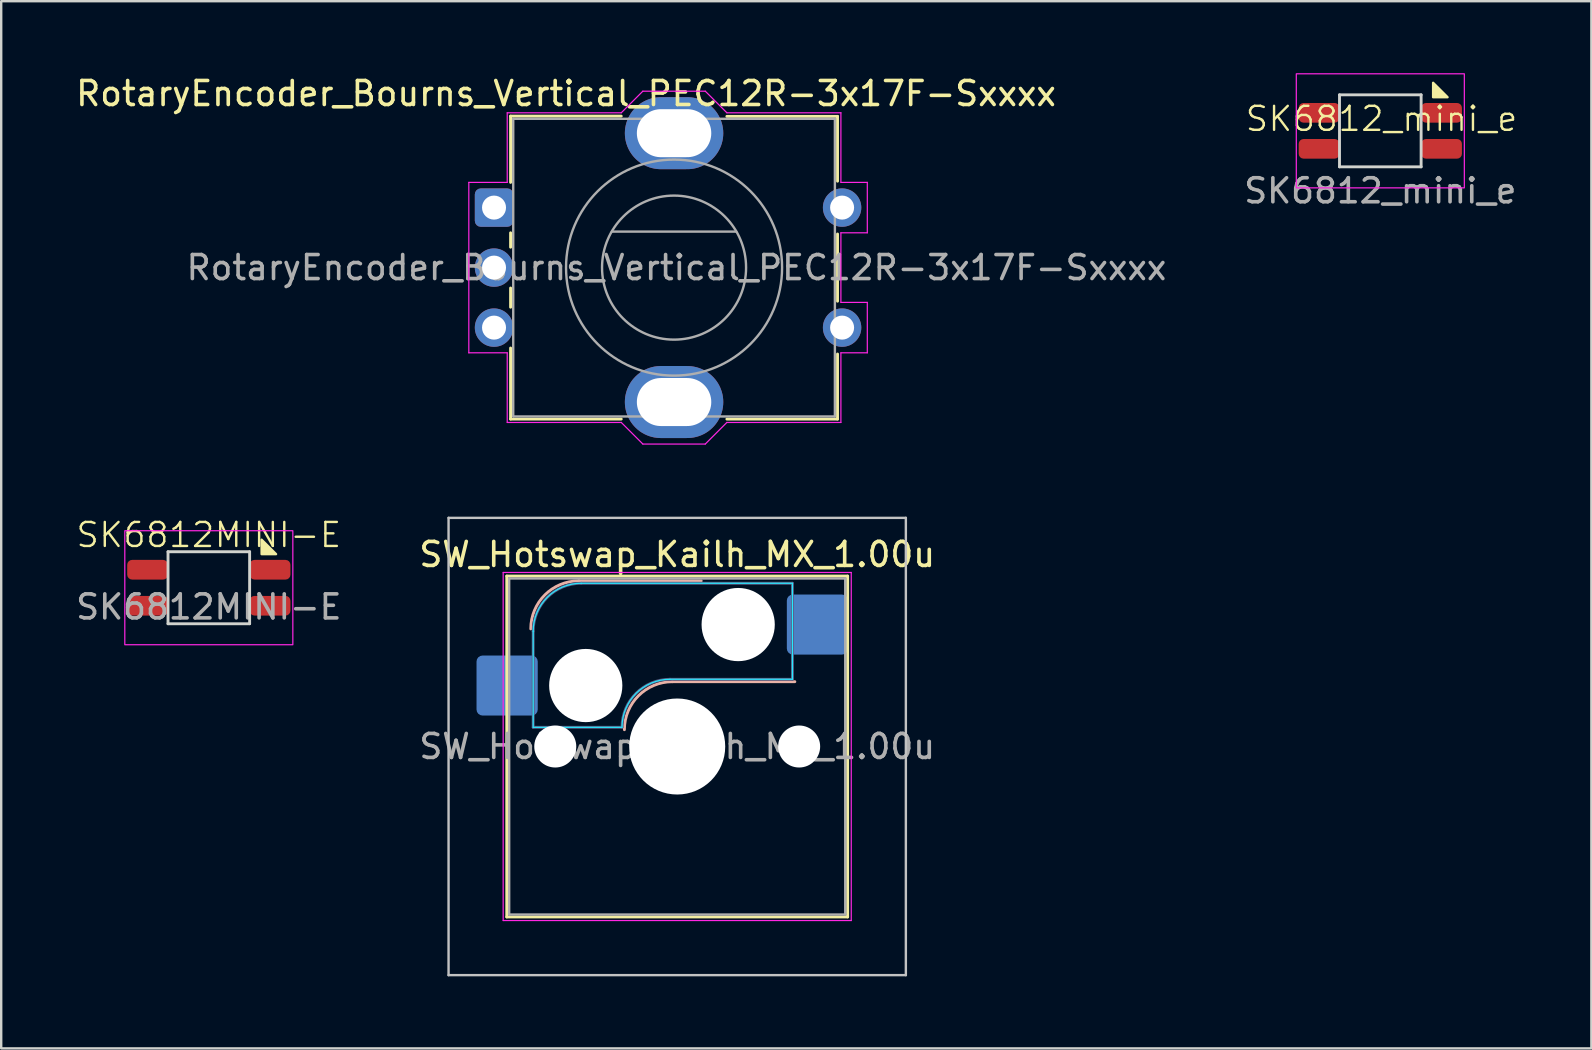
<source format=kicad_pcb>
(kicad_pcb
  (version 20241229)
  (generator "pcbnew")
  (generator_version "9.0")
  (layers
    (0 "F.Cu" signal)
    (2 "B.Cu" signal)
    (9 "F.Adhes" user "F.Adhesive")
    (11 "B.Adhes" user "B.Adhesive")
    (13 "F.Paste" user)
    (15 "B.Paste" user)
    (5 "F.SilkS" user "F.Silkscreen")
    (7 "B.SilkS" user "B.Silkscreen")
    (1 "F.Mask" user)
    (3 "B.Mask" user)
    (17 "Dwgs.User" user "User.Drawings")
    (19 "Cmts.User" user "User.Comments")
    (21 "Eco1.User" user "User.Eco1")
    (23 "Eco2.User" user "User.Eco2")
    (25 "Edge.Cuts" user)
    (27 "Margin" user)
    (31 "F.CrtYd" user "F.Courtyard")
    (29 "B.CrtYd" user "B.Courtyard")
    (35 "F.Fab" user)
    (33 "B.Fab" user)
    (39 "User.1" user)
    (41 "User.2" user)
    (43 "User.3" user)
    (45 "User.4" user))
  (footprint "SK6812MINI-E"
    (layer "F.Cu")
    (at 5.649 21.434)
    (property "Reference" "SK6812MINI-E" (at 0 -2.2 0) (unlocked yes) (layer "F.SilkS") (effects (font (size 1 1) (thickness 0.1))))
    (attr smd)
    (fp_poly (pts (xy 2.8 -1.4) (xy 2.2 -1.4) (xy 2.2 -2)) (stroke (width 0.1) (type solid)) (fill yes) (layer "F.SilkS"))
    (fp_line (start -1.7 -1.5) (end 1.7 -1.5) (stroke (width 0.12) (type solid)) (layer "Edge.Cuts"))
    (fp_line (start -1.7 1.5) (end -1.7 -1.5) (stroke (width 0.12) (type solid)) (layer "Edge.Cuts"))
    (fp_line (start 1.7 -1.5) (end 1.7 1.5) (stroke (width 0.12) (type solid)) (layer "Edge.Cuts"))
    (fp_line (start 1.7 1.5) (end -1.7 1.5) (stroke (width 0.12) (type solid)) (layer "Edge.Cuts"))
    (fp_rect (start -3.5 -2.375) (end 3.5 2.375) (stroke (width 0.05) (type default)) (fill no) (layer "F.CrtYd"))
    (fp_text user "${REFERENCE}" (at 0 0.8 0) (unlocked yes) (layer "F.Fab") (effects (font (size 1 1) (thickness 0.15))))
    (pad "1" smd roundrect (at -2.55 0.75) (size 1.7 0.82) (layers "F.Cu" "F.Mask" "F.Paste") (roundrect_rratio 0.25))
    (pad "2" smd roundrect (at -2.55 -0.75) (size 1.7 0.82) (layers "F.Cu" "F.Mask" "F.Paste") (roundrect_rratio 0.25))
    (pad "3" smd roundrect (at 2.55 -0.75) (size 1.7 0.82) (layers "F.Cu" "F.Mask" "F.Paste") (roundrect_rratio 0.25))
    (pad "4" smd roundrect (at 2.55 0.75) (size 1.7 0.82) (layers "F.Cu" "F.Mask" "F.Paste") (roundrect_rratio 0.25)))
  (footprint "SW_Hotswap_Kailh_MX_1.00u"
    (layer "F.Cu")
    (at 25.161 28.048)
    (property "Reference" "SW_Hotswap_Kailh_MX_1.00u" (at 0 -8 0) (layer "F.SilkS") (effects (font (size 1 1) (thickness 0.15))))
    (attr smd)
    (fp_line (start -7.1 -7.1) (end -7.1 7.1) (stroke (width 0.12) (type solid)) (layer "F.SilkS"))
    (fp_line (start -7.1 7.1) (end 7.1 7.1) (stroke (width 0.12) (type solid)) (layer "F.SilkS"))
    (fp_line (start 7.1 -7.1) (end -7.1 -7.1) (stroke (width 0.12) (type solid)) (layer "F.SilkS"))
    (fp_line (start 7.1 7.1) (end 7.1 -7.1) (stroke (width 0.12) (type solid)) (layer "F.SilkS"))
    (fp_line (start -4.1 -6.9) (end 1 -6.9) (stroke (width 0.12) (type solid)) (layer "B.SilkS"))
    (fp_line (start -0.2 -2.7) (end 4.9 -2.7) (stroke (width 0.12) (type solid)) (layer "B.SilkS"))
    (fp_arc (start -6.1 -4.9) (mid -5.514214 -6.314214) (end -4.1 -6.9) (stroke (width 0.12) (type solid)) (layer "B.SilkS"))
    (fp_arc (start -2.2 -0.7) (mid -1.614214 -2.114214) (end -0.2 -2.7) (stroke (width 0.12) (type solid)) (layer "B.SilkS"))
    (fp_line (start -9.525 -9.525) (end -9.525 9.525) (stroke (width 0.1) (type solid)) (layer "Dwgs.User"))
    (fp_line (start -9.525 9.525) (end 9.525 9.525) (stroke (width 0.1) (type solid)) (layer "Dwgs.User"))
    (fp_line (start 9.525 -9.525) (end -9.525 -9.525) (stroke (width 0.1) (type solid)) (layer "Dwgs.User"))
    (fp_line (start 9.525 9.525) (end 9.525 -9.525) (stroke (width 0.1) (type solid)) (layer "Dwgs.User"))
    (fp_line (start -7.8 -6) (end -7 -6) (stroke (width 0.1) (type solid)) (layer "Eco1.User"))
    (fp_line (start -7.8 -2.9) (end -7.8 -6) (stroke (width 0.1) (type solid)) (layer "Eco1.User"))
    (fp_line (start -7.8 2.9) (end -7 2.9) (stroke (width 0.1) (type solid)) (layer "Eco1.User"))
    (fp_line (start -7.8 6) (end -7.8 2.9) (stroke (width 0.1) (type solid)) (layer "Eco1.User"))
    (fp_line (start -7 -7) (end 7 -7) (stroke (width 0.1) (type solid)) (layer "Eco1.User"))
    (fp_line (start -7 -6) (end -7 -7) (stroke (width 0.1) (type solid)) (layer "Eco1.User"))
    (fp_line (start -7 -2.9) (end -7.8 -2.9) (stroke (width 0.1) (type solid)) (layer "Eco1.User"))
    (fp_line (start -7 2.9) (end -7 -2.9) (stroke (width 0.1) (type solid)) (layer "Eco1.User"))
    (fp_line (start -7 6) (end -7.8 6) (stroke (width 0.1) (type solid)) (layer "Eco1.User"))
    (fp_line (start -7 7) (end -7 6) (stroke (width 0.1) (type solid)) (layer "Eco1.User"))
    (fp_line (start 7 -7) (end 7 -6) (stroke (width 0.1) (type solid)) (layer "Eco1.User"))
    (fp_line (start 7 -6) (end 7.8 -6) (stroke (width 0.1) (type solid)) (layer "Eco1.User"))
    (fp_line (start 7 -2.9) (end 7 2.9) (stroke (width 0.1) (type solid)) (layer "Eco1.User"))
    (fp_line (start 7 2.9) (end 7.8 2.9) (stroke (width 0.1) (type solid)) (layer "Eco1.User"))
    (fp_line (start 7 6) (end 7 7) (stroke (width 0.1) (type solid)) (layer "Eco1.User"))
    (fp_line (start 7 7) (end -7 7) (stroke (width 0.1) (type solid)) (layer "Eco1.User"))
    (fp_line (start 7.8 -6) (end 7.8 -2.9) (stroke (width 0.1) (type solid)) (layer "Eco1.User"))
    (fp_line (start 7.8 -2.9) (end 7 -2.9) (stroke (width 0.1) (type solid)) (layer "Eco1.User"))
    (fp_line (start 7.8 2.9) (end 7.8 6) (stroke (width 0.1) (type solid)) (layer "Eco1.User"))
    (fp_line (start 7.8 6) (end 7 6) (stroke (width 0.1) (type solid)) (layer "Eco1.User"))
    (fp_line (start -6 -0.8) (end -6 -4.8) (stroke (width 0.05) (type solid)) (layer "B.CrtYd"))
    (fp_line (start -6 -0.8) (end -2.3 -0.8) (stroke (width 0.05) (type solid)) (layer "B.CrtYd"))
    (fp_line (start -4 -6.8) (end 4.8 -6.8) (stroke (width 0.05) (type solid)) (layer "B.CrtYd"))
    (fp_line (start -0.3 -2.8) (end 4.8 -2.8) (stroke (width 0.05) (type solid)) (layer "B.CrtYd"))
    (fp_line (start 4.8 -6.8) (end 4.8 -2.8) (stroke (width 0.05) (type solid)) (layer "B.CrtYd"))
    (fp_arc (start -6 -4.8) (mid -5.414214 -6.214214) (end -4 -6.8) (stroke (width 0.05) (type solid)) (layer "B.CrtYd"))
    (fp_arc (start -2.3 -0.8) (mid -1.714214 -2.214214) (end -0.3 -2.8) (stroke (width 0.05) (type solid)) (layer "B.CrtYd"))
    (fp_line (start -7.25 -7.25) (end -7.25 7.25) (stroke (width 0.05) (type solid)) (layer "F.CrtYd"))
    (fp_line (start -7.25 7.25) (end 7.25 7.25) (stroke (width 0.05) (type solid)) (layer "F.CrtYd"))
    (fp_line (start 7.25 -7.25) (end -7.25 -7.25) (stroke (width 0.05) (type solid)) (layer "F.CrtYd"))
    (fp_line (start 7.25 7.25) (end 7.25 -7.25) (stroke (width 0.05) (type solid)) (layer "F.CrtYd"))
    (fp_line (start -6 -0.8) (end -6 -4.8) (stroke (width 0.12) (type solid)) (layer "B.Fab"))
    (fp_line (start -6 -0.8) (end -2.3 -0.8) (stroke (width 0.12) (type solid)) (layer "B.Fab"))
    (fp_line (start -4 -6.8) (end 4.8 -6.8) (stroke (width 0.12) (type solid)) (layer "B.Fab"))
    (fp_line (start -0.3 -2.8) (end 4.8 -2.8) (stroke (width 0.12) (type solid)) (layer "B.Fab"))
    (fp_line (start 4.8 -6.8) (end 4.8 -2.8) (stroke (width 0.12) (type solid)) (layer "B.Fab"))
    (fp_arc (start -6 -4.8) (mid -5.414214 -6.214214) (end -4 -6.8) (stroke (width 0.12) (type solid)) (layer "B.Fab"))
    (fp_arc (start -2.3 -0.8) (mid -1.714214 -2.214214) (end -0.3 -2.8) (stroke (width 0.12) (type solid)) (layer "B.Fab"))
    (fp_line (start -7 -7) (end -7 7) (stroke (width 0.1) (type solid)) (layer "F.Fab"))
    (fp_line (start -7 7) (end 7 7) (stroke (width 0.1) (type solid)) (layer "F.Fab"))
    (fp_line (start 7 -7) (end -7 -7) (stroke (width 0.1) (type solid)) (layer "F.Fab"))
    (fp_line (start 7 7) (end 7 -7) (stroke (width 0.1) (type solid)) (layer "F.Fab"))
    (fp_text user "${REFERENCE}" (at 0 0 0) (layer "F.Fab") (effects (font (size 1 1) (thickness 0.15))))
    (pad "" np_thru_hole circle (at -5.08 0) (size 1.75 1.75) (drill 1.75) (layers "*.Cu" "*.Mask"))
    (pad "" np_thru_hole circle (at -3.81 -2.54) (size 3.05 3.05) (drill 3.05) (layers "*.Cu" "*.Mask"))
    (pad "" np_thru_hole circle (at 0 0) (size 4 4) (drill 4) (layers "*.Cu" "*.Mask"))
    (pad "" np_thru_hole circle (at 2.54 -5.08) (size 3.05 3.05) (drill 3.05) (layers "*.Cu" "*.Mask"))
    (pad "" np_thru_hole circle (at 5.08 0) (size 1.75 1.75) (drill 1.75) (layers "*.Cu" "*.Mask"))
    (pad "1" smd roundrect (at -7.085 -2.54) (size 2.55 2.5) (layers "B.Cu" "B.Mask" "B.Paste") (roundrect_rratio 0.1))
    (pad "2" smd roundrect (at 5.842 -5.08) (size 2.55 2.5) (layers "B.Cu" "B.Mask" "B.Paste") (roundrect_rratio 0.1)))
  (footprint "RotaryEncoder_Bourns_Vertical_PEC12R-3x17F-Sxxxx"
    (layer "F.Cu")
    (at 25.03 8.098)
    (property "Reference" "RotaryEncoder_Bourns_Vertical_PEC12R-3x17F-Sxxxx" (at -4.5 -7.25 180) (layer "F.SilkS") (effects (font (size 1 1) (thickness 0.15))))
    (attr through_hole)
    (fp_line (start -6.81 -6.31) (end -2.2 -6.31) (stroke (width 0.12) (type solid)) (layer "F.SilkS"))
    (fp_line (start -6.81 -3.55) (end -6.81 -6.31) (stroke (width 0.12) (type solid)) (layer "F.SilkS"))
    (fp_line (start -6.81 -1.45) (end -6.81 -0.85) (stroke (width 0.12) (type solid)) (layer "F.SilkS"))
    (fp_line (start -6.81 0.85) (end -6.81 1.65) (stroke (width 0.12) (type solid)) (layer "F.SilkS"))
    (fp_line (start -6.81 3.35) (end -6.81 6.31) (stroke (width 0.12) (type solid)) (layer "F.SilkS"))
    (fp_line (start -2.2 6.31) (end -6.81 6.31) (stroke (width 0.12) (type solid)) (layer "F.SilkS"))
    (fp_line (start 2.2 -6.3) (end 6.81 -6.3) (stroke (width 0.12) (type solid)) (layer "F.SilkS"))
    (fp_line (start 6.81 -6.3) (end 6.81 -3.6) (stroke (width 0.12) (type solid)) (layer "F.SilkS"))
    (fp_line (start 6.81 -1.4) (end 6.81 1.4) (stroke (width 0.12) (type solid)) (layer "F.SilkS"))
    (fp_line (start 6.81 3.6) (end 6.81 6.31) (stroke (width 0.12) (type solid)) (layer "F.SilkS"))
    (fp_line (start 6.81 6.31) (end 2.2 6.31) (stroke (width 0.12) (type solid)) (layer "F.SilkS"))
    (fp_line (start -8.55 -3.55) (end -6.95 -3.55) (stroke (width 0.05) (type solid)) (layer "F.CrtYd"))
    (fp_line (start -8.55 3.55) (end -8.55 -3.55) (stroke (width 0.05) (type solid)) (layer "F.CrtYd"))
    (fp_line (start -6.95 -6.45) (end -2.2 -6.45) (stroke (width 0.05) (type solid)) (layer "F.CrtYd"))
    (fp_line (start -6.95 -3.55) (end -6.95 -6.45) (stroke (width 0.05) (type solid)) (layer "F.CrtYd"))
    (fp_line (start -6.95 3.55) (end -8.55 3.55) (stroke (width 0.05) (type solid)) (layer "F.CrtYd"))
    (fp_line (start -6.95 6.45) (end -6.95 3.55) (stroke (width 0.05) (type solid)) (layer "F.CrtYd"))
    (fp_line (start -2.2 -6.45) (end -1.3 -7.35) (stroke (width 0.05) (type solid)) (layer "F.CrtYd"))
    (fp_line (start -2.2 6.45) (end -6.95 6.45) (stroke (width 0.05) (type solid)) (layer "F.CrtYd"))
    (fp_line (start -2.2 6.45) (end -1.3 7.35) (stroke (width 0.05) (type solid)) (layer "F.CrtYd"))
    (fp_line (start -1.3 -7.35) (end 1.3 -7.35) (stroke (width 0.05) (type solid)) (layer "F.CrtYd"))
    (fp_line (start 1.3 7.35) (end -1.3 7.35) (stroke (width 0.05) (type solid)) (layer "F.CrtYd"))
    (fp_line (start 2.2 -6.45) (end 1.3 -7.35) (stroke (width 0.05) (type solid)) (layer "F.CrtYd"))
    (fp_line (start 2.2 -6.45) (end 6.95 -6.45) (stroke (width 0.05) (type solid)) (layer "F.CrtYd"))
    (fp_line (start 2.2 6.45) (end 1.3 7.35) (stroke (width 0.05) (type solid)) (layer "F.CrtYd"))
    (fp_line (start 6.95 -6.45) (end 6.95 -3.55) (stroke (width 0.05) (type solid)) (layer "F.CrtYd"))
    (fp_line (start 6.95 -3.55) (end 8.05 -3.55) (stroke (width 0.05) (type default)) (layer "F.CrtYd"))
    (fp_line (start 6.95 -1.45) (end 6.95 1.45) (stroke (width 0.05) (type solid)) (layer "F.CrtYd"))
    (fp_line (start 6.95 1.45) (end 8.05 1.45) (stroke (width 0.05) (type default)) (layer "F.CrtYd"))
    (fp_line (start 6.95 3.55) (end 6.95 6.45) (stroke (width 0.05) (type solid)) (layer "F.CrtYd"))
    (fp_line (start 6.95 6.45) (end 2.2 6.45) (stroke (width 0.05) (type solid)) (layer "F.CrtYd"))
    (fp_line (start 8.05 -3.55) (end 8.05 -1.45) (stroke (width 0.05) (type default)) (layer "F.CrtYd"))
    (fp_line (start 8.05 -1.45) (end 6.95 -1.45) (stroke (width 0.05) (type default)) (layer "F.CrtYd"))
    (fp_line (start 8.05 1.45) (end 8.05 3.55) (stroke (width 0.05) (type default)) (layer "F.CrtYd"))
    (fp_line (start 8.05 3.55) (end 6.95 3.55) (stroke (width 0.05) (type default)) (layer "F.CrtYd"))
    (fp_line (start -6.7 -6.2) (end -6.7 6.2) (stroke (width 0.1) (type solid)) (layer "F.Fab"))
    (fp_line (start -6.7 6.2) (end 6.7 6.2) (stroke (width 0.1) (type solid)) (layer "F.Fab"))
    (fp_line (start -2.59 -1.5) (end 2.59 -1.5) (stroke (width 0.1) (type default)) (layer "F.Fab"))
    (fp_line (start 6.7 -6.2) (end -6.7 -6.2) (stroke (width 0.1) (type solid)) (layer "F.Fab"))
    (fp_line (start 6.7 6.2) (end 6.7 -6.2) (stroke (width 0.1) (type solid)) (layer "F.Fab"))
    (fp_circle (center 0 0) (end 3 0) (stroke (width 0.1) (type solid)) (fill no) (layer "F.Fab"))
    (fp_circle (center 0 0) (end 4.5 0) (stroke (width 0.1) (type default)) (fill no) (layer "F.Fab"))
    (fp_text user "${REFERENCE}" (at 0.1 0 180) (layer "F.Fab") (effects (font (size 1 1) (thickness 0.15))))
    (pad "A" thru_hole roundrect (at -7.5 -2.5) (size 1.6 1.6) (drill 1) (layers "*.Cu" "*.Mask") (roundrect_rratio 0.156))
    (pad "B" thru_hole circle (at -7.5 2.5) (size 1.6 1.6) (drill 1) (layers "*.Cu" "*.Mask"))
    (pad "C" thru_hole circle (at -7.5 0) (size 1.6 1.6) (drill 1) (layers "*.Cu" "*.Mask"))
    (pad "S1" thru_hole circle (at 7 -2.5) (size 1.6 1.6) (drill 1) (layers "*.Cu" "*.Mask"))
    (pad "S2" thru_hole circle (at 7 2.5) (size 1.6 1.6) (drill 1) (layers "*.Cu" "*.Mask"))
    (pad "SH" thru_hole oval (at 0 -5.6) (size 4.1 3) (drill oval 3.1 2) (layers "*.Cu" "*.Mask"))
    (pad "SH" thru_hole oval (at 0 5.6) (size 4.1 3) (drill oval 3.1 2) (layers "*.Cu" "*.Mask")))
  (footprint "SK6812_mini_e"
    (layer "F.Cu")
    (at 54.451 2.4)
    (property "Reference" "SK6812_mini_e" (at 0.05 -0.5 0) (unlocked yes) (layer "F.SilkS") (effects (font (size 1 1) (thickness 0.1))))
    (attr smd)
    (fp_poly (pts (xy 2.8 -1.4) (xy 2.2 -1.4) (xy 2.2 -2)) (stroke (width 0.1) (type solid)) (fill yes) (layer "F.SilkS"))
    (fp_line (start -1.7 -1.5) (end 1.7 -1.5) (stroke (width 0.12) (type solid)) (layer "Edge.Cuts"))
    (fp_line (start -1.7 1.5) (end -1.7 -1.5) (stroke (width 0.12) (type solid)) (layer "Edge.Cuts"))
    (fp_line (start 1.7 -1.5) (end 1.7 1.5) (stroke (width 0.12) (type solid)) (layer "Edge.Cuts"))
    (fp_line (start 1.7 1.5) (end -1.7 1.5) (stroke (width 0.12) (type solid)) (layer "Edge.Cuts"))
    (fp_rect (start -3.5 -2.375) (end 3.5 2.375) (stroke (width 0.05) (type default)) (fill no) (layer "F.CrtYd"))
    (fp_text user "${REFERENCE}" (at 0 2.5 0) (unlocked yes) (layer "F.Fab") (effects (font (size 1 1) (thickness 0.15))))
    (pad "1" smd roundrect (at -2.55 0.75) (size 1.7 0.82) (layers "F.Cu" "F.Mask" "F.Paste") (roundrect_rratio 0.25))
    (pad "2" smd roundrect (at -2.55 -0.75) (size 1.7 0.82) (layers "F.Cu" "F.Mask" "F.Paste") (roundrect_rratio 0.25))
    (pad "3" smd roundrect (at 2.55 -0.75) (size 1.7 0.82) (layers "F.Cu" "F.Mask" "F.Paste") (roundrect_rratio 0.25))
    (pad "4" smd roundrect (at 2.55 0.75) (size 1.7 0.82) (layers "F.Cu" "F.Mask" "F.Paste") (roundrect_rratio 0.25)))
  (gr_rect
    (start -3 -3)
    (end 63.243 40.623)
    (stroke (width 0.1) (type default))
    (fill no)
    (layer "Edge.Cuts")))
</source>
